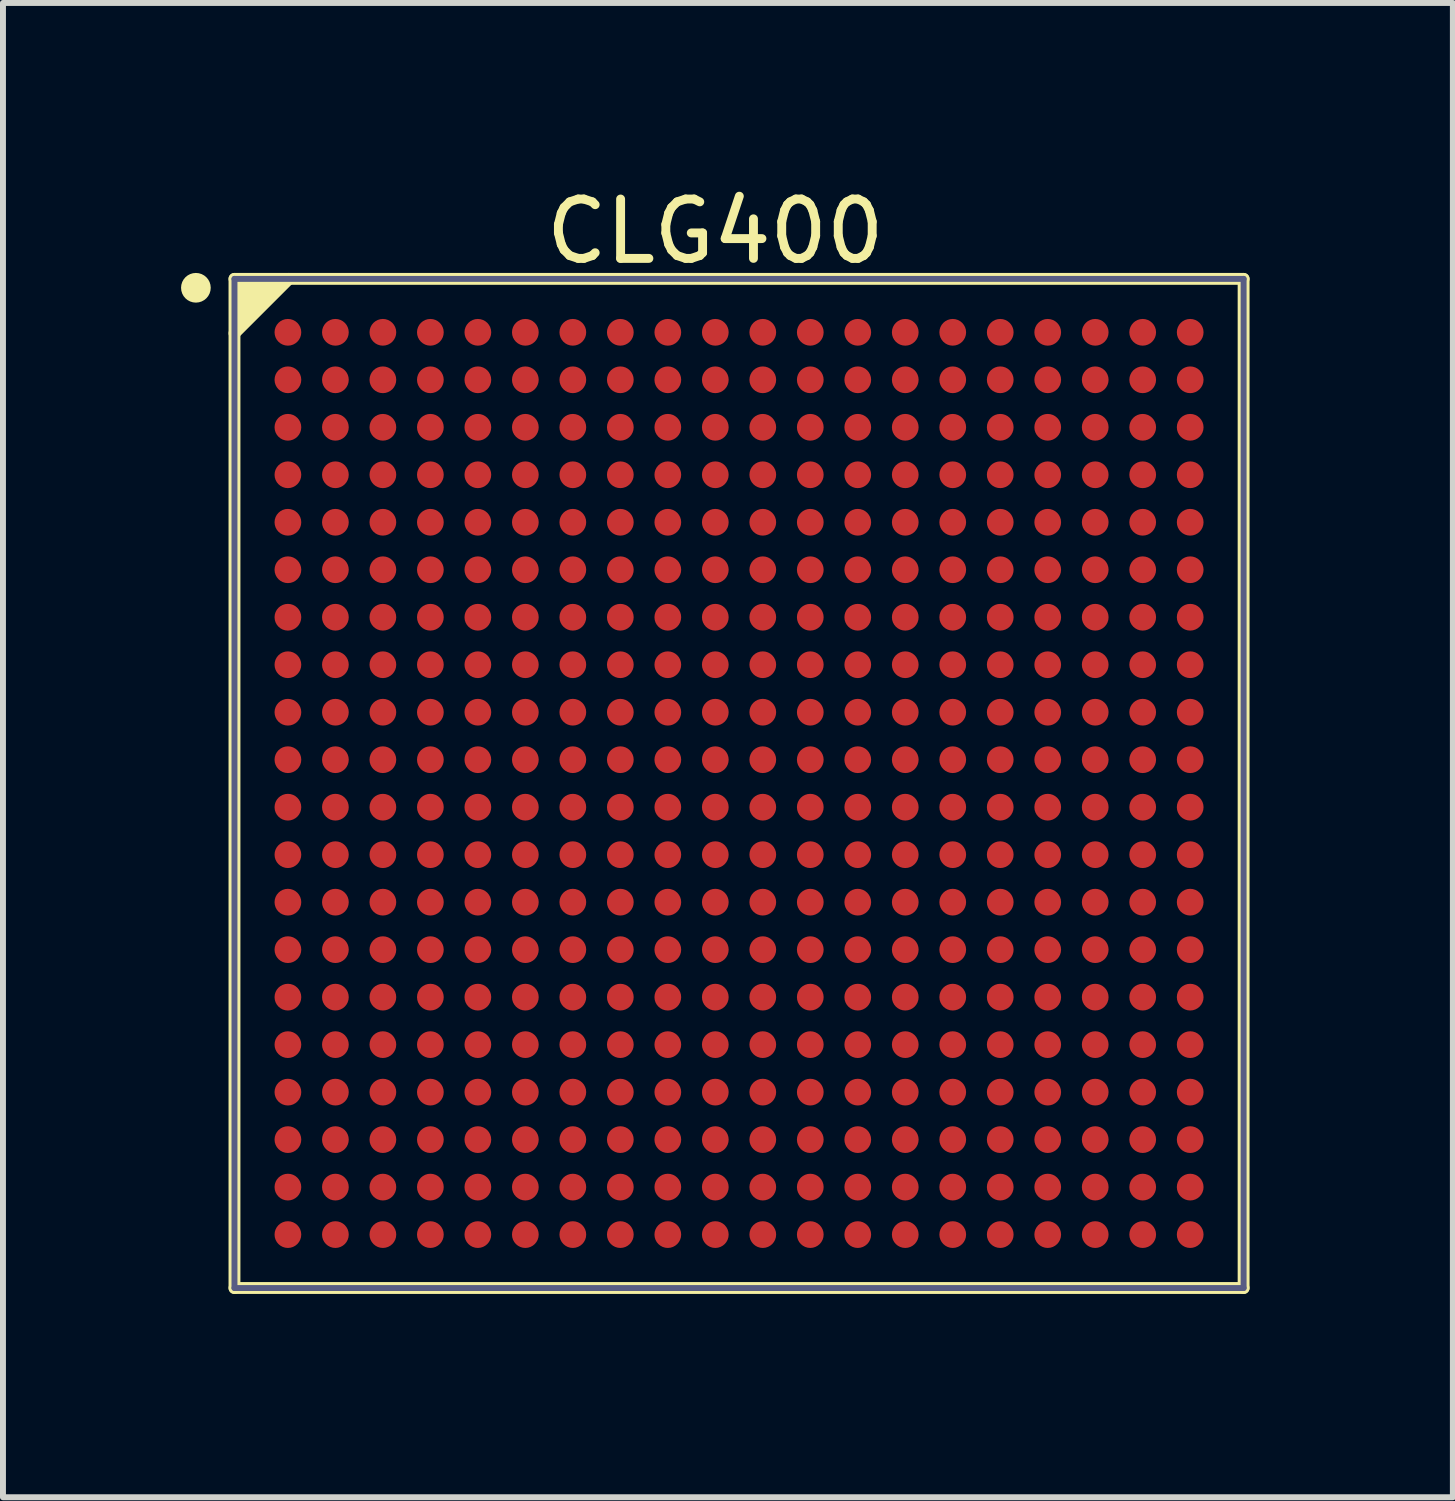
<source format=kicad_pcb>
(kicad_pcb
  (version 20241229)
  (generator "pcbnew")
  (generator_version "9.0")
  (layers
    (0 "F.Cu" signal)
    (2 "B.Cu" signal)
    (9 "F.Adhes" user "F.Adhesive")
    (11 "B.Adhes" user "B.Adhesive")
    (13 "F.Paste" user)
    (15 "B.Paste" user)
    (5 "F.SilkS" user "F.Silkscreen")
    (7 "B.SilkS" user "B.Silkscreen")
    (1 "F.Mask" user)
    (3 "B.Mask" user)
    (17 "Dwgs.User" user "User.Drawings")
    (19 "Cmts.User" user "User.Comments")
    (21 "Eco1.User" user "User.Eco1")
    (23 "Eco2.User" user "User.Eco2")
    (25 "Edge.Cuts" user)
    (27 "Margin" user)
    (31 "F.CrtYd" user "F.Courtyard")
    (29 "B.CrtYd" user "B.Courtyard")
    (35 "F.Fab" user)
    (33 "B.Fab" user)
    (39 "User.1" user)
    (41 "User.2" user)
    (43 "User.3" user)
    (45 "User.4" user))
  (footprint "CLG400"
    (layer "F.Cu")
    (at 9.4 10.148)
    (property "Reference" "CLG400" (at -0.4 -9.3 0) (layer "F.SilkS") (effects (font (size 1 1) (thickness 0.15))))
    (fp_line (start -8.5 -8.5) (end 8.5 -8.5) (stroke (width 0.2) (type solid)) (layer "F.SilkS"))
    (fp_line (start -8.5 -7.584) (end -7.584 -8.5) (stroke (width 0.2) (type solid)) (layer "F.SilkS"))
    (fp_line (start -8.5 8.5) (end -8.5 -8.5) (stroke (width 0.2) (type solid)) (layer "F.SilkS"))
    (fp_line (start -8.5 8.5) (end 8.5 8.5) (stroke (width 0.2) (type solid)) (layer "F.SilkS"))
    (fp_line (start 8.5 8.5) (end 8.5 -8.5) (stroke (width 0.2) (type solid)) (layer "F.SilkS"))
    (fp_circle (center -9.15 -8.35) (end -9.15 -8.475) (stroke (width 0.25) (type solid)) (fill no) (layer "F.SilkS"))
    (fp_poly (pts (xy -7.584 -8.5) (xy -8.5 -7.584) (xy -8.5 -8.5)) (stroke (width 0) (type default)) (fill yes) (layer "F.SilkS"))
    (fp_line (start -9 -9) (end 9 -9) (stroke (width 0.05) (type solid)) (layer "Eco2.User"))
    (fp_line (start -9 9) (end -9 -9) (stroke (width 0.05) (type solid)) (layer "Eco2.User"))
    (fp_line (start -9 9) (end 9 9) (stroke (width 0.05) (type solid)) (layer "Eco2.User"))
    (fp_line (start -0.5 0) (end 0.5 0) (stroke (width 0.1) (type solid)) (layer "Eco2.User"))
    (fp_line (start 0 0.5) (end 0 -0.5) (stroke (width 0.1) (type solid)) (layer "Eco2.User"))
    (fp_line (start 9 9) (end 9 -9) (stroke (width 0.05) (type solid)) (layer "Eco2.User"))
    (fp_line (start -8.5 -8.5) (end 8.5 -8.5) (stroke (width 0.1) (type solid)) (layer "B.Fab"))
    (fp_line (start -8.5 8.5) (end -8.5 -8.5) (stroke (width 0.1) (type solid)) (layer "B.Fab"))
    (fp_line (start -8.5 8.5) (end 8.5 8.5) (stroke (width 0.1) (type solid)) (layer "B.Fab"))
    (fp_line (start 8.5 8.5) (end 8.5 -8.5) (stroke (width 0.1) (type solid)) (layer "B.Fab"))
    (pad "A1" smd circle (at -7.6 -7.6) (size 0.45 0.45) (layers "F.Cu" "F.Mask" "F.Paste"))
    (pad "A2" smd circle (at -6.8 -7.6) (size 0.45 0.45) (layers "F.Cu" "F.Mask" "F.Paste"))
    (pad "A3" smd circle (at -6 -7.6) (size 0.45 0.45) (layers "F.Cu" "F.Mask" "F.Paste"))
    (pad "A4" smd circle (at -5.2 -7.6) (size 0.45 0.45) (layers "F.Cu" "F.Mask" "F.Paste"))
    (pad "A5" smd circle (at -4.4 -7.6) (size 0.45 0.45) (layers "F.Cu" "F.Mask" "F.Paste"))
    (pad "A6" smd circle (at -3.6 -7.6) (size 0.45 0.45) (layers "F.Cu" "F.Mask" "F.Paste"))
    (pad "A7" smd circle (at -2.8 -7.6) (size 0.45 0.45) (layers "F.Cu" "F.Mask" "F.Paste"))
    (pad "A8" smd circle (at -2 -7.6) (size 0.45 0.45) (layers "F.Cu" "F.Mask" "F.Paste"))
    (pad "A9" smd circle (at -1.2 -7.6) (size 0.45 0.45) (layers "F.Cu" "F.Mask" "F.Paste"))
    (pad "A10" smd circle (at -0.4 -7.6) (size 0.45 0.45) (layers "F.Cu" "F.Mask" "F.Paste"))
    (pad "A11" smd circle (at 0.4 -7.6) (size 0.45 0.45) (layers "F.Cu" "F.Mask" "F.Paste"))
    (pad "A12" smd circle (at 1.2 -7.6) (size 0.45 0.45) (layers "F.Cu" "F.Mask" "F.Paste"))
    (pad "A13" smd circle (at 2 -7.6) (size 0.45 0.45) (layers "F.Cu" "F.Mask" "F.Paste"))
    (pad "A14" smd circle (at 2.8 -7.6) (size 0.45 0.45) (layers "F.Cu" "F.Mask" "F.Paste"))
    (pad "A15" smd circle (at 3.6 -7.6) (size 0.45 0.45) (layers "F.Cu" "F.Mask" "F.Paste"))
    (pad "A16" smd circle (at 4.4 -7.6) (size 0.45 0.45) (layers "F.Cu" "F.Mask" "F.Paste"))
    (pad "A17" smd circle (at 5.2 -7.6) (size 0.45 0.45) (layers "F.Cu" "F.Mask" "F.Paste"))
    (pad "A18" smd circle (at 6 -7.6) (size 0.45 0.45) (layers "F.Cu" "F.Mask" "F.Paste"))
    (pad "A19" smd circle (at 6.8 -7.6) (size 0.45 0.45) (layers "F.Cu" "F.Mask" "F.Paste"))
    (pad "A20" smd circle (at 7.6 -7.6) (size 0.45 0.45) (layers "F.Cu" "F.Mask" "F.Paste"))
    (pad "B1" smd circle (at -7.6 -6.8) (size 0.45 0.45) (layers "F.Cu" "F.Mask" "F.Paste"))
    (pad "B2" smd circle (at -6.8 -6.8) (size 0.45 0.45) (layers "F.Cu" "F.Mask" "F.Paste"))
    (pad "B3" smd circle (at -6 -6.8) (size 0.45 0.45) (layers "F.Cu" "F.Mask" "F.Paste"))
    (pad "B4" smd circle (at -5.2 -6.8) (size 0.45 0.45) (layers "F.Cu" "F.Mask" "F.Paste"))
    (pad "B5" smd circle (at -4.4 -6.8) (size 0.45 0.45) (layers "F.Cu" "F.Mask" "F.Paste"))
    (pad "B6" smd circle (at -3.6 -6.8) (size 0.45 0.45) (layers "F.Cu" "F.Mask" "F.Paste"))
    (pad "B7" smd circle (at -2.8 -6.8) (size 0.45 0.45) (layers "F.Cu" "F.Mask" "F.Paste"))
    (pad "B8" smd circle (at -2 -6.8) (size 0.45 0.45) (layers "F.Cu" "F.Mask" "F.Paste"))
    (pad "B9" smd circle (at -1.2 -6.8) (size 0.45 0.45) (layers "F.Cu" "F.Mask" "F.Paste"))
    (pad "B10" smd circle (at -0.4 -6.8) (size 0.45 0.45) (layers "F.Cu" "F.Mask" "F.Paste"))
    (pad "B11" smd circle (at 0.4 -6.8) (size 0.45 0.45) (layers "F.Cu" "F.Mask" "F.Paste"))
    (pad "B12" smd circle (at 1.2 -6.8) (size 0.45 0.45) (layers "F.Cu" "F.Mask" "F.Paste"))
    (pad "B13" smd circle (at 2 -6.8) (size 0.45 0.45) (layers "F.Cu" "F.Mask" "F.Paste"))
    (pad "B14" smd circle (at 2.8 -6.8) (size 0.45 0.45) (layers "F.Cu" "F.Mask" "F.Paste"))
    (pad "B15" smd circle (at 3.6 -6.8) (size 0.45 0.45) (layers "F.Cu" "F.Mask" "F.Paste"))
    (pad "B16" smd circle (at 4.4 -6.8) (size 0.45 0.45) (layers "F.Cu" "F.Mask" "F.Paste"))
    (pad "B17" smd circle (at 5.2 -6.8) (size 0.45 0.45) (layers "F.Cu" "F.Mask" "F.Paste"))
    (pad "B18" smd circle (at 6 -6.8) (size 0.45 0.45) (layers "F.Cu" "F.Mask" "F.Paste"))
    (pad "B19" smd circle (at 6.8 -6.8) (size 0.45 0.45) (layers "F.Cu" "F.Mask" "F.Paste"))
    (pad "B20" smd circle (at 7.6 -6.8) (size 0.45 0.45) (layers "F.Cu" "F.Mask" "F.Paste"))
    (pad "C1" smd circle (at -7.6 -6) (size 0.45 0.45) (layers "F.Cu" "F.Mask" "F.Paste"))
    (pad "C2" smd circle (at -6.8 -6) (size 0.45 0.45) (layers "F.Cu" "F.Mask" "F.Paste"))
    (pad "C3" smd circle (at -6 -6) (size 0.45 0.45) (layers "F.Cu" "F.Mask" "F.Paste"))
    (pad "C4" smd circle (at -5.2 -6) (size 0.45 0.45) (layers "F.Cu" "F.Mask" "F.Paste"))
    (pad "C5" smd circle (at -4.4 -6) (size 0.45 0.45) (layers "F.Cu" "F.Mask" "F.Paste"))
    (pad "C6" smd circle (at -3.6 -6) (size 0.45 0.45) (layers "F.Cu" "F.Mask" "F.Paste"))
    (pad "C7" smd circle (at -2.8 -6) (size 0.45 0.45) (layers "F.Cu" "F.Mask" "F.Paste"))
    (pad "C8" smd circle (at -2 -6) (size 0.45 0.45) (layers "F.Cu" "F.Mask" "F.Paste"))
    (pad "C9" smd circle (at -1.2 -6) (size 0.45 0.45) (layers "F.Cu" "F.Mask" "F.Paste"))
    (pad "C10" smd circle (at -0.4 -6) (size 0.45 0.45) (layers "F.Cu" "F.Mask" "F.Paste"))
    (pad "C11" smd circle (at 0.4 -6) (size 0.45 0.45) (layers "F.Cu" "F.Mask" "F.Paste"))
    (pad "C12" smd circle (at 1.2 -6) (size 0.45 0.45) (layers "F.Cu" "F.Mask" "F.Paste"))
    (pad "C13" smd circle (at 2 -6) (size 0.45 0.45) (layers "F.Cu" "F.Mask" "F.Paste"))
    (pad "C14" smd circle (at 2.8 -6) (size 0.45 0.45) (layers "F.Cu" "F.Mask" "F.Paste"))
    (pad "C15" smd circle (at 3.6 -6) (size 0.45 0.45) (layers "F.Cu" "F.Mask" "F.Paste"))
    (pad "C16" smd circle (at 4.4 -6) (size 0.45 0.45) (layers "F.Cu" "F.Mask" "F.Paste"))
    (pad "C17" smd circle (at 5.2 -6) (size 0.45 0.45) (layers "F.Cu" "F.Mask" "F.Paste"))
    (pad "C18" smd circle (at 6 -6) (size 0.45 0.45) (layers "F.Cu" "F.Mask" "F.Paste"))
    (pad "C19" smd circle (at 6.8 -6) (size 0.45 0.45) (layers "F.Cu" "F.Mask" "F.Paste"))
    (pad "C20" smd circle (at 7.6 -6) (size 0.45 0.45) (layers "F.Cu" "F.Mask" "F.Paste"))
    (pad "D1" smd circle (at -7.6 -5.2) (size 0.45 0.45) (layers "F.Cu" "F.Mask" "F.Paste"))
    (pad "D2" smd circle (at -6.8 -5.2) (size 0.45 0.45) (layers "F.Cu" "F.Mask" "F.Paste"))
    (pad "D3" smd circle (at -6 -5.2) (size 0.45 0.45) (layers "F.Cu" "F.Mask" "F.Paste"))
    (pad "D4" smd circle (at -5.2 -5.2) (size 0.45 0.45) (layers "F.Cu" "F.Mask" "F.Paste"))
    (pad "D5" smd circle (at -4.4 -5.2) (size 0.45 0.45) (layers "F.Cu" "F.Mask" "F.Paste"))
    (pad "D6" smd circle (at -3.6 -5.2) (size 0.45 0.45) (layers "F.Cu" "F.Mask" "F.Paste"))
    (pad "D7" smd circle (at -2.8 -5.2) (size 0.45 0.45) (layers "F.Cu" "F.Mask" "F.Paste"))
    (pad "D8" smd circle (at -2 -5.2) (size 0.45 0.45) (layers "F.Cu" "F.Mask" "F.Paste"))
    (pad "D9" smd circle (at -1.2 -5.2) (size 0.45 0.45) (layers "F.Cu" "F.Mask" "F.Paste"))
    (pad "D10" smd circle (at -0.4 -5.2) (size 0.45 0.45) (layers "F.Cu" "F.Mask" "F.Paste"))
    (pad "D11" smd circle (at 0.4 -5.2) (size 0.45 0.45) (layers "F.Cu" "F.Mask" "F.Paste"))
    (pad "D12" smd circle (at 1.2 -5.2) (size 0.45 0.45) (layers "F.Cu" "F.Mask" "F.Paste"))
    (pad "D13" smd circle (at 2 -5.2) (size 0.45 0.45) (layers "F.Cu" "F.Mask" "F.Paste"))
    (pad "D14" smd circle (at 2.8 -5.2) (size 0.45 0.45) (layers "F.Cu" "F.Mask" "F.Paste"))
    (pad "D15" smd circle (at 3.6 -5.2) (size 0.45 0.45) (layers "F.Cu" "F.Mask" "F.Paste"))
    (pad "D16" smd circle (at 4.4 -5.2) (size 0.45 0.45) (layers "F.Cu" "F.Mask" "F.Paste"))
    (pad "D17" smd circle (at 5.2 -5.2) (size 0.45 0.45) (layers "F.Cu" "F.Mask" "F.Paste"))
    (pad "D18" smd circle (at 6 -5.2) (size 0.45 0.45) (layers "F.Cu" "F.Mask" "F.Paste"))
    (pad "D19" smd circle (at 6.8 -5.2) (size 0.45 0.45) (layers "F.Cu" "F.Mask" "F.Paste"))
    (pad "D20" smd circle (at 7.6 -5.2) (size 0.45 0.45) (layers "F.Cu" "F.Mask" "F.Paste"))
    (pad "E1" smd circle (at -7.6 -4.4) (size 0.45 0.45) (layers "F.Cu" "F.Mask" "F.Paste"))
    (pad "E2" smd circle (at -6.8 -4.4) (size 0.45 0.45) (layers "F.Cu" "F.Mask" "F.Paste"))
    (pad "E3" smd circle (at -6 -4.4) (size 0.45 0.45) (layers "F.Cu" "F.Mask" "F.Paste"))
    (pad "E4" smd circle (at -5.2 -4.4) (size 0.45 0.45) (layers "F.Cu" "F.Mask" "F.Paste"))
    (pad "E5" smd circle (at -4.4 -4.4) (size 0.45 0.45) (layers "F.Cu" "F.Mask" "F.Paste"))
    (pad "E6" smd circle (at -3.6 -4.4) (size 0.45 0.45) (layers "F.Cu" "F.Mask" "F.Paste"))
    (pad "E7" smd circle (at -2.8 -4.4) (size 0.45 0.45) (layers "F.Cu" "F.Mask" "F.Paste"))
    (pad "E8" smd circle (at -2 -4.4) (size 0.45 0.45) (layers "F.Cu" "F.Mask" "F.Paste"))
    (pad "E9" smd circle (at -1.2 -4.4) (size 0.45 0.45) (layers "F.Cu" "F.Mask" "F.Paste"))
    (pad "E10" smd circle (at -0.4 -4.4) (size 0.45 0.45) (layers "F.Cu" "F.Mask" "F.Paste"))
    (pad "E11" smd circle (at 0.4 -4.4) (size 0.45 0.45) (layers "F.Cu" "F.Mask" "F.Paste"))
    (pad "E12" smd circle (at 1.2 -4.4) (size 0.45 0.45) (layers "F.Cu" "F.Mask" "F.Paste"))
    (pad "E13" smd circle (at 2 -4.4) (size 0.45 0.45) (layers "F.Cu" "F.Mask" "F.Paste"))
    (pad "E14" smd circle (at 2.8 -4.4) (size 0.45 0.45) (layers "F.Cu" "F.Mask" "F.Paste"))
    (pad "E15" smd circle (at 3.6 -4.4) (size 0.45 0.45) (layers "F.Cu" "F.Mask" "F.Paste"))
    (pad "E16" smd circle (at 4.4 -4.4) (size 0.45 0.45) (layers "F.Cu" "F.Mask" "F.Paste"))
    (pad "E17" smd circle (at 5.2 -4.4) (size 0.45 0.45) (layers "F.Cu" "F.Mask" "F.Paste"))
    (pad "E18" smd circle (at 6 -4.4) (size 0.45 0.45) (layers "F.Cu" "F.Mask" "F.Paste"))
    (pad "E19" smd circle (at 6.8 -4.4) (size 0.45 0.45) (layers "F.Cu" "F.Mask" "F.Paste"))
    (pad "E20" smd circle (at 7.6 -4.4) (size 0.45 0.45) (layers "F.Cu" "F.Mask" "F.Paste"))
    (pad "F1" smd circle (at -7.6 -3.6) (size 0.45 0.45) (layers "F.Cu" "F.Mask" "F.Paste"))
    (pad "F2" smd circle (at -6.8 -3.6) (size 0.45 0.45) (layers "F.Cu" "F.Mask" "F.Paste"))
    (pad "F3" smd circle (at -6 -3.6) (size 0.45 0.45) (layers "F.Cu" "F.Mask" "F.Paste"))
    (pad "F4" smd circle (at -5.2 -3.6) (size 0.45 0.45) (layers "F.Cu" "F.Mask" "F.Paste"))
    (pad "F5" smd circle (at -4.4 -3.6) (size 0.45 0.45) (layers "F.Cu" "F.Mask" "F.Paste"))
    (pad "F6" smd circle (at -3.6 -3.6) (size 0.45 0.45) (layers "F.Cu" "F.Mask" "F.Paste"))
    (pad "F7" smd circle (at -2.8 -3.6) (size 0.45 0.45) (layers "F.Cu" "F.Mask" "F.Paste"))
    (pad "F8" smd circle (at -2 -3.6) (size 0.45 0.45) (layers "F.Cu" "F.Mask" "F.Paste"))
    (pad "F9" smd circle (at -1.2 -3.6) (size 0.45 0.45) (layers "F.Cu" "F.Mask" "F.Paste"))
    (pad "F10" smd circle (at -0.4 -3.6) (size 0.45 0.45) (layers "F.Cu" "F.Mask" "F.Paste"))
    (pad "F11" smd circle (at 0.4 -3.6) (size 0.45 0.45) (layers "F.Cu" "F.Mask" "F.Paste"))
    (pad "F12" smd circle (at 1.2 -3.6) (size 0.45 0.45) (layers "F.Cu" "F.Mask" "F.Paste"))
    (pad "F13" smd circle (at 2 -3.6) (size 0.45 0.45) (layers "F.Cu" "F.Mask" "F.Paste"))
    (pad "F14" smd circle (at 2.8 -3.6) (size 0.45 0.45) (layers "F.Cu" "F.Mask" "F.Paste"))
    (pad "F15" smd circle (at 3.6 -3.6) (size 0.45 0.45) (layers "F.Cu" "F.Mask" "F.Paste"))
    (pad "F16" smd circle (at 4.4 -3.6) (size 0.45 0.45) (layers "F.Cu" "F.Mask" "F.Paste"))
    (pad "F17" smd circle (at 5.2 -3.6) (size 0.45 0.45) (layers "F.Cu" "F.Mask" "F.Paste"))
    (pad "F18" smd circle (at 6 -3.6) (size 0.45 0.45) (layers "F.Cu" "F.Mask" "F.Paste"))
    (pad "F19" smd circle (at 6.8 -3.6) (size 0.45 0.45) (layers "F.Cu" "F.Mask" "F.Paste"))
    (pad "F20" smd circle (at 7.6 -3.6) (size 0.45 0.45) (layers "F.Cu" "F.Mask" "F.Paste"))
    (pad "G1" smd circle (at -7.6 -2.8) (size 0.45 0.45) (layers "F.Cu" "F.Mask" "F.Paste"))
    (pad "G2" smd circle (at -6.8 -2.8) (size 0.45 0.45) (layers "F.Cu" "F.Mask" "F.Paste"))
    (pad "G3" smd circle (at -6 -2.8) (size 0.45 0.45) (layers "F.Cu" "F.Mask" "F.Paste"))
    (pad "G4" smd circle (at -5.2 -2.8) (size 0.45 0.45) (layers "F.Cu" "F.Mask" "F.Paste"))
    (pad "G5" smd circle (at -4.4 -2.8) (size 0.45 0.45) (layers "F.Cu" "F.Mask" "F.Paste"))
    (pad "G6" smd circle (at -3.6 -2.8) (size 0.45 0.45) (layers "F.Cu" "F.Mask" "F.Paste"))
    (pad "G7" smd circle (at -2.8 -2.8) (size 0.45 0.45) (layers "F.Cu" "F.Mask" "F.Paste"))
    (pad "G8" smd circle (at -2 -2.8) (size 0.45 0.45) (layers "F.Cu" "F.Mask" "F.Paste"))
    (pad "G9" smd circle (at -1.2 -2.8) (size 0.45 0.45) (layers "F.Cu" "F.Mask" "F.Paste"))
    (pad "G10" smd circle (at -0.4 -2.8) (size 0.45 0.45) (layers "F.Cu" "F.Mask" "F.Paste"))
    (pad "G11" smd circle (at 0.4 -2.8) (size 0.45 0.45) (layers "F.Cu" "F.Mask" "F.Paste"))
    (pad "G12" smd circle (at 1.2 -2.8) (size 0.45 0.45) (layers "F.Cu" "F.Mask" "F.Paste"))
    (pad "G13" smd circle (at 2 -2.8) (size 0.45 0.45) (layers "F.Cu" "F.Mask" "F.Paste"))
    (pad "G14" smd circle (at 2.8 -2.8) (size 0.45 0.45) (layers "F.Cu" "F.Mask" "F.Paste"))
    (pad "G15" smd circle (at 3.6 -2.8) (size 0.45 0.45) (layers "F.Cu" "F.Mask" "F.Paste"))
    (pad "G16" smd circle (at 4.4 -2.8) (size 0.45 0.45) (layers "F.Cu" "F.Mask" "F.Paste"))
    (pad "G17" smd circle (at 5.2 -2.8) (size 0.45 0.45) (layers "F.Cu" "F.Mask" "F.Paste"))
    (pad "G18" smd circle (at 6 -2.8) (size 0.45 0.45) (layers "F.Cu" "F.Mask" "F.Paste"))
    (pad "G19" smd circle (at 6.8 -2.8) (size 0.45 0.45) (layers "F.Cu" "F.Mask" "F.Paste"))
    (pad "G20" smd circle (at 7.6 -2.8) (size 0.45 0.45) (layers "F.Cu" "F.Mask" "F.Paste"))
    (pad "H1" smd circle (at -7.6 -2) (size 0.45 0.45) (layers "F.Cu" "F.Mask" "F.Paste"))
    (pad "H2" smd circle (at -6.8 -2) (size 0.45 0.45) (layers "F.Cu" "F.Mask" "F.Paste"))
    (pad "H3" smd circle (at -6 -2) (size 0.45 0.45) (layers "F.Cu" "F.Mask" "F.Paste"))
    (pad "H4" smd circle (at -5.2 -2) (size 0.45 0.45) (layers "F.Cu" "F.Mask" "F.Paste"))
    (pad "H5" smd circle (at -4.4 -2) (size 0.45 0.45) (layers "F.Cu" "F.Mask" "F.Paste"))
    (pad "H6" smd circle (at -3.6 -2) (size 0.45 0.45) (layers "F.Cu" "F.Mask" "F.Paste"))
    (pad "H7" smd circle (at -2.8 -2) (size 0.45 0.45) (layers "F.Cu" "F.Mask" "F.Paste"))
    (pad "H8" smd circle (at -2 -2) (size 0.45 0.45) (layers "F.Cu" "F.Mask" "F.Paste"))
    (pad "H9" smd circle (at -1.2 -2) (size 0.45 0.45) (layers "F.Cu" "F.Mask" "F.Paste"))
    (pad "H10" smd circle (at -0.4 -2) (size 0.45 0.45) (layers "F.Cu" "F.Mask" "F.Paste"))
    (pad "H11" smd circle (at 0.4 -2) (size 0.45 0.45) (layers "F.Cu" "F.Mask" "F.Paste"))
    (pad "H12" smd circle (at 1.2 -2) (size 0.45 0.45) (layers "F.Cu" "F.Mask" "F.Paste"))
    (pad "H13" smd circle (at 2 -2) (size 0.45 0.45) (layers "F.Cu" "F.Mask" "F.Paste"))
    (pad "H14" smd circle (at 2.8 -2) (size 0.45 0.45) (layers "F.Cu" "F.Mask" "F.Paste"))
    (pad "H15" smd circle (at 3.6 -2) (size 0.45 0.45) (layers "F.Cu" "F.Mask" "F.Paste"))
    (pad "H16" smd circle (at 4.4 -2) (size 0.45 0.45) (layers "F.Cu" "F.Mask" "F.Paste"))
    (pad "H17" smd circle (at 5.2 -2) (size 0.45 0.45) (layers "F.Cu" "F.Mask" "F.Paste"))
    (pad "H18" smd circle (at 6 -2) (size 0.45 0.45) (layers "F.Cu" "F.Mask" "F.Paste"))
    (pad "H19" smd circle (at 6.8 -2) (size 0.45 0.45) (layers "F.Cu" "F.Mask" "F.Paste"))
    (pad "H20" smd circle (at 7.6 -2) (size 0.45 0.45) (layers "F.Cu" "F.Mask" "F.Paste"))
    (pad "J1" smd circle (at -7.6 -1.2) (size 0.45 0.45) (layers "F.Cu" "F.Mask" "F.Paste"))
    (pad "J2" smd circle (at -6.8 -1.2) (size 0.45 0.45) (layers "F.Cu" "F.Mask" "F.Paste"))
    (pad "J3" smd circle (at -6 -1.2) (size 0.45 0.45) (layers "F.Cu" "F.Mask" "F.Paste"))
    (pad "J4" smd circle (at -5.2 -1.2) (size 0.45 0.45) (layers "F.Cu" "F.Mask" "F.Paste"))
    (pad "J5" smd circle (at -4.4 -1.2) (size 0.45 0.45) (layers "F.Cu" "F.Mask" "F.Paste"))
    (pad "J6" smd circle (at -3.6 -1.2) (size 0.45 0.45) (layers "F.Cu" "F.Mask" "F.Paste"))
    (pad "J7" smd circle (at -2.8 -1.2) (size 0.45 0.45) (layers "F.Cu" "F.Mask" "F.Paste"))
    (pad "J8" smd circle (at -2 -1.2) (size 0.45 0.45) (layers "F.Cu" "F.Mask" "F.Paste"))
    (pad "J9" smd circle (at -1.2 -1.2) (size 0.45 0.45) (layers "F.Cu" "F.Mask" "F.Paste"))
    (pad "J10" smd circle (at -0.4 -1.2) (size 0.45 0.45) (layers "F.Cu" "F.Mask" "F.Paste"))
    (pad "J11" smd circle (at 0.4 -1.2) (size 0.45 0.45) (layers "F.Cu" "F.Mask" "F.Paste"))
    (pad "J12" smd circle (at 1.2 -1.2) (size 0.45 0.45) (layers "F.Cu" "F.Mask" "F.Paste"))
    (pad "J13" smd circle (at 2 -1.2) (size 0.45 0.45) (layers "F.Cu" "F.Mask" "F.Paste"))
    (pad "J14" smd circle (at 2.8 -1.2) (size 0.45 0.45) (layers "F.Cu" "F.Mask" "F.Paste"))
    (pad "J15" smd circle (at 3.6 -1.2) (size 0.45 0.45) (layers "F.Cu" "F.Mask" "F.Paste"))
    (pad "J16" smd circle (at 4.4 -1.2) (size 0.45 0.45) (layers "F.Cu" "F.Mask" "F.Paste"))
    (pad "J17" smd circle (at 5.2 -1.2) (size 0.45 0.45) (layers "F.Cu" "F.Mask" "F.Paste"))
    (pad "J18" smd circle (at 6 -1.2) (size 0.45 0.45) (layers "F.Cu" "F.Mask" "F.Paste"))
    (pad "J19" smd circle (at 6.8 -1.2) (size 0.45 0.45) (layers "F.Cu" "F.Mask" "F.Paste"))
    (pad "J20" smd circle (at 7.6 -1.2) (size 0.45 0.45) (layers "F.Cu" "F.Mask" "F.Paste"))
    (pad "K1" smd circle (at -7.6 -0.4) (size 0.45 0.45) (layers "F.Cu" "F.Mask" "F.Paste"))
    (pad "K2" smd circle (at -6.8 -0.4) (size 0.45 0.45) (layers "F.Cu" "F.Mask" "F.Paste"))
    (pad "K3" smd circle (at -6 -0.4) (size 0.45 0.45) (layers "F.Cu" "F.Mask" "F.Paste"))
    (pad "K4" smd circle (at -5.2 -0.4) (size 0.45 0.45) (layers "F.Cu" "F.Mask" "F.Paste"))
    (pad "K5" smd circle (at -4.4 -0.4) (size 0.45 0.45) (layers "F.Cu" "F.Mask" "F.Paste"))
    (pad "K6" smd circle (at -3.6 -0.4) (size 0.45 0.45) (layers "F.Cu" "F.Mask" "F.Paste"))
    (pad "K7" smd circle (at -2.8 -0.4) (size 0.45 0.45) (layers "F.Cu" "F.Mask" "F.Paste"))
    (pad "K8" smd circle (at -2 -0.4) (size 0.45 0.45) (layers "F.Cu" "F.Mask" "F.Paste"))
    (pad "K9" smd circle (at -1.2 -0.4) (size 0.45 0.45) (layers "F.Cu" "F.Mask" "F.Paste"))
    (pad "K10" smd circle (at -0.4 -0.4) (size 0.45 0.45) (layers "F.Cu" "F.Mask" "F.Paste"))
    (pad "K11" smd circle (at 0.4 -0.4) (size 0.45 0.45) (layers "F.Cu" "F.Mask" "F.Paste"))
    (pad "K12" smd circle (at 1.2 -0.4) (size 0.45 0.45) (layers "F.Cu" "F.Mask" "F.Paste"))
    (pad "K13" smd circle (at 2 -0.4) (size 0.45 0.45) (layers "F.Cu" "F.Mask" "F.Paste"))
    (pad "K14" smd circle (at 2.8 -0.4) (size 0.45 0.45) (layers "F.Cu" "F.Mask" "F.Paste"))
    (pad "K15" smd circle (at 3.6 -0.4) (size 0.45 0.45) (layers "F.Cu" "F.Mask" "F.Paste"))
    (pad "K16" smd circle (at 4.4 -0.4) (size 0.45 0.45) (layers "F.Cu" "F.Mask" "F.Paste"))
    (pad "K17" smd circle (at 5.2 -0.4) (size 0.45 0.45) (layers "F.Cu" "F.Mask" "F.Paste"))
    (pad "K18" smd circle (at 6 -0.4) (size 0.45 0.45) (layers "F.Cu" "F.Mask" "F.Paste"))
    (pad "K19" smd circle (at 6.8 -0.4) (size 0.45 0.45) (layers "F.Cu" "F.Mask" "F.Paste"))
    (pad "K20" smd circle (at 7.6 -0.4) (size 0.45 0.45) (layers "F.Cu" "F.Mask" "F.Paste"))
    (pad "L1" smd circle (at -7.6 0.4) (size 0.45 0.45) (layers "F.Cu" "F.Mask" "F.Paste"))
    (pad "L2" smd circle (at -6.8 0.4) (size 0.45 0.45) (layers "F.Cu" "F.Mask" "F.Paste"))
    (pad "L3" smd circle (at -6 0.4) (size 0.45 0.45) (layers "F.Cu" "F.Mask" "F.Paste"))
    (pad "L4" smd circle (at -5.2 0.4) (size 0.45 0.45) (layers "F.Cu" "F.Mask" "F.Paste"))
    (pad "L5" smd circle (at -4.4 0.4) (size 0.45 0.45) (layers "F.Cu" "F.Mask" "F.Paste"))
    (pad "L6" smd circle (at -3.6 0.4) (size 0.45 0.45) (layers "F.Cu" "F.Mask" "F.Paste"))
    (pad "L7" smd circle (at -2.8 0.4) (size 0.45 0.45) (layers "F.Cu" "F.Mask" "F.Paste"))
    (pad "L8" smd circle (at -2 0.4) (size 0.45 0.45) (layers "F.Cu" "F.Mask" "F.Paste"))
    (pad "L9" smd circle (at -1.2 0.4) (size 0.45 0.45) (layers "F.Cu" "F.Mask" "F.Paste"))
    (pad "L10" smd circle (at -0.4 0.4) (size 0.45 0.45) (layers "F.Cu" "F.Mask" "F.Paste"))
    (pad "L11" smd circle (at 0.4 0.4) (size 0.45 0.45) (layers "F.Cu" "F.Mask" "F.Paste"))
    (pad "L12" smd circle (at 1.2 0.4) (size 0.45 0.45) (layers "F.Cu" "F.Mask" "F.Paste"))
    (pad "L13" smd circle (at 2 0.4) (size 0.45 0.45) (layers "F.Cu" "F.Mask" "F.Paste"))
    (pad "L14" smd circle (at 2.8 0.4) (size 0.45 0.45) (layers "F.Cu" "F.Mask" "F.Paste"))
    (pad "L15" smd circle (at 3.6 0.4) (size 0.45 0.45) (layers "F.Cu" "F.Mask" "F.Paste"))
    (pad "L16" smd circle (at 4.4 0.4) (size 0.45 0.45) (layers "F.Cu" "F.Mask" "F.Paste"))
    (pad "L17" smd circle (at 5.2 0.4) (size 0.45 0.45) (layers "F.Cu" "F.Mask" "F.Paste"))
    (pad "L18" smd circle (at 6 0.4) (size 0.45 0.45) (layers "F.Cu" "F.Mask" "F.Paste"))
    (pad "L19" smd circle (at 6.8 0.4) (size 0.45 0.45) (layers "F.Cu" "F.Mask" "F.Paste"))
    (pad "L20" smd circle (at 7.6 0.4) (size 0.45 0.45) (layers "F.Cu" "F.Mask" "F.Paste"))
    (pad "M1" smd circle (at -7.6 1.2) (size 0.45 0.45) (layers "F.Cu" "F.Mask" "F.Paste"))
    (pad "M2" smd circle (at -6.8 1.2) (size 0.45 0.45) (layers "F.Cu" "F.Mask" "F.Paste"))
    (pad "M3" smd circle (at -6 1.2) (size 0.45 0.45) (layers "F.Cu" "F.Mask" "F.Paste"))
    (pad "M4" smd circle (at -5.2 1.2) (size 0.45 0.45) (layers "F.Cu" "F.Mask" "F.Paste"))
    (pad "M5" smd circle (at -4.4 1.2) (size 0.45 0.45) (layers "F.Cu" "F.Mask" "F.Paste"))
    (pad "M6" smd circle (at -3.6 1.2) (size 0.45 0.45) (layers "F.Cu" "F.Mask" "F.Paste"))
    (pad "M7" smd circle (at -2.8 1.2) (size 0.45 0.45) (layers "F.Cu" "F.Mask" "F.Paste"))
    (pad "M8" smd circle (at -2 1.2) (size 0.45 0.45) (layers "F.Cu" "F.Mask" "F.Paste"))
    (pad "M9" smd circle (at -1.2 1.2) (size 0.45 0.45) (layers "F.Cu" "F.Mask" "F.Paste"))
    (pad "M10" smd circle (at -0.4 1.2) (size 0.45 0.45) (layers "F.Cu" "F.Mask" "F.Paste"))
    (pad "M11" smd circle (at 0.4 1.2) (size 0.45 0.45) (layers "F.Cu" "F.Mask" "F.Paste"))
    (pad "M12" smd circle (at 1.2 1.2) (size 0.45 0.45) (layers "F.Cu" "F.Mask" "F.Paste"))
    (pad "M13" smd circle (at 2 1.2) (size 0.45 0.45) (layers "F.Cu" "F.Mask" "F.Paste"))
    (pad "M14" smd circle (at 2.8 1.2) (size 0.45 0.45) (layers "F.Cu" "F.Mask" "F.Paste"))
    (pad "M15" smd circle (at 3.6 1.2) (size 0.45 0.45) (layers "F.Cu" "F.Mask" "F.Paste"))
    (pad "M16" smd circle (at 4.4 1.2) (size 0.45 0.45) (layers "F.Cu" "F.Mask" "F.Paste"))
    (pad "M17" smd circle (at 5.2 1.2) (size 0.45 0.45) (layers "F.Cu" "F.Mask" "F.Paste"))
    (pad "M18" smd circle (at 6 1.2) (size 0.45 0.45) (layers "F.Cu" "F.Mask" "F.Paste"))
    (pad "M19" smd circle (at 6.8 1.2) (size 0.45 0.45) (layers "F.Cu" "F.Mask" "F.Paste"))
    (pad "M20" smd circle (at 7.6 1.2) (size 0.45 0.45) (layers "F.Cu" "F.Mask" "F.Paste"))
    (pad "N1" smd circle (at -7.6 2) (size 0.45 0.45) (layers "F.Cu" "F.Mask" "F.Paste"))
    (pad "N2" smd circle (at -6.8 2) (size 0.45 0.45) (layers "F.Cu" "F.Mask" "F.Paste"))
    (pad "N3" smd circle (at -6 2) (size 0.45 0.45) (layers "F.Cu" "F.Mask" "F.Paste"))
    (pad "N4" smd circle (at -5.2 2) (size 0.45 0.45) (layers "F.Cu" "F.Mask" "F.Paste"))
    (pad "N5" smd circle (at -4.4 2) (size 0.45 0.45) (layers "F.Cu" "F.Mask" "F.Paste"))
    (pad "N6" smd circle (at -3.6 2) (size 0.45 0.45) (layers "F.Cu" "F.Mask" "F.Paste"))
    (pad "N7" smd circle (at -2.8 2) (size 0.45 0.45) (layers "F.Cu" "F.Mask" "F.Paste"))
    (pad "N8" smd circle (at -2 2) (size 0.45 0.45) (layers "F.Cu" "F.Mask" "F.Paste"))
    (pad "N9" smd circle (at -1.2 2) (size 0.45 0.45) (layers "F.Cu" "F.Mask" "F.Paste"))
    (pad "N10" smd circle (at -0.4 2) (size 0.45 0.45) (layers "F.Cu" "F.Mask" "F.Paste"))
    (pad "N11" smd circle (at 0.4 2) (size 0.45 0.45) (layers "F.Cu" "F.Mask" "F.Paste"))
    (pad "N12" smd circle (at 1.2 2) (size 0.45 0.45) (layers "F.Cu" "F.Mask" "F.Paste"))
    (pad "N13" smd circle (at 2 2) (size 0.45 0.45) (layers "F.Cu" "F.Mask" "F.Paste"))
    (pad "N14" smd circle (at 2.8 2) (size 0.45 0.45) (layers "F.Cu" "F.Mask" "F.Paste"))
    (pad "N15" smd circle (at 3.6 2) (size 0.45 0.45) (layers "F.Cu" "F.Mask" "F.Paste"))
    (pad "N16" smd circle (at 4.4 2) (size 0.45 0.45) (layers "F.Cu" "F.Mask" "F.Paste"))
    (pad "N17" smd circle (at 5.2 2) (size 0.45 0.45) (layers "F.Cu" "F.Mask" "F.Paste"))
    (pad "N18" smd circle (at 6 2) (size 0.45 0.45) (layers "F.Cu" "F.Mask" "F.Paste"))
    (pad "N19" smd circle (at 6.8 2) (size 0.45 0.45) (layers "F.Cu" "F.Mask" "F.Paste"))
    (pad "N20" smd circle (at 7.6 2) (size 0.45 0.45) (layers "F.Cu" "F.Mask" "F.Paste"))
    (pad "P1" smd circle (at -7.6 2.8) (size 0.45 0.45) (layers "F.Cu" "F.Mask" "F.Paste"))
    (pad "P2" smd circle (at -6.8 2.8) (size 0.45 0.45) (layers "F.Cu" "F.Mask" "F.Paste"))
    (pad "P3" smd circle (at -6 2.8) (size 0.45 0.45) (layers "F.Cu" "F.Mask" "F.Paste"))
    (pad "P4" smd circle (at -5.2 2.8) (size 0.45 0.45) (layers "F.Cu" "F.Mask" "F.Paste"))
    (pad "P5" smd circle (at -4.4 2.8) (size 0.45 0.45) (layers "F.Cu" "F.Mask" "F.Paste"))
    (pad "P6" smd circle (at -3.6 2.8) (size 0.45 0.45) (layers "F.Cu" "F.Mask" "F.Paste"))
    (pad "P7" smd circle (at -2.8 2.8) (size 0.45 0.45) (layers "F.Cu" "F.Mask" "F.Paste"))
    (pad "P8" smd circle (at -2 2.8) (size 0.45 0.45) (layers "F.Cu" "F.Mask" "F.Paste"))
    (pad "P9" smd circle (at -1.2 2.8) (size 0.45 0.45) (layers "F.Cu" "F.Mask" "F.Paste"))
    (pad "P10" smd circle (at -0.4 2.8) (size 0.45 0.45) (layers "F.Cu" "F.Mask" "F.Paste"))
    (pad "P11" smd circle (at 0.4 2.8) (size 0.45 0.45) (layers "F.Cu" "F.Mask" "F.Paste"))
    (pad "P12" smd circle (at 1.2 2.8) (size 0.45 0.45) (layers "F.Cu" "F.Mask" "F.Paste"))
    (pad "P13" smd circle (at 2 2.8) (size 0.45 0.45) (layers "F.Cu" "F.Mask" "F.Paste"))
    (pad "P14" smd circle (at 2.8 2.8) (size 0.45 0.45) (layers "F.Cu" "F.Mask" "F.Paste"))
    (pad "P15" smd circle (at 3.6 2.8) (size 0.45 0.45) (layers "F.Cu" "F.Mask" "F.Paste"))
    (pad "P16" smd circle (at 4.4 2.8) (size 0.45 0.45) (layers "F.Cu" "F.Mask" "F.Paste"))
    (pad "P17" smd circle (at 5.2 2.8) (size 0.45 0.45) (layers "F.Cu" "F.Mask" "F.Paste"))
    (pad "P18" smd circle (at 6 2.8) (size 0.45 0.45) (layers "F.Cu" "F.Mask" "F.Paste"))
    (pad "P19" smd circle (at 6.8 2.8) (size 0.45 0.45) (layers "F.Cu" "F.Mask" "F.Paste"))
    (pad "P20" smd circle (at 7.6 2.8) (size 0.45 0.45) (layers "F.Cu" "F.Mask" "F.Paste"))
    (pad "R1" smd circle (at -7.6 3.6) (size 0.45 0.45) (layers "F.Cu" "F.Mask" "F.Paste"))
    (pad "R2" smd circle (at -6.8 3.6) (size 0.45 0.45) (layers "F.Cu" "F.Mask" "F.Paste"))
    (pad "R3" smd circle (at -6 3.6) (size 0.45 0.45) (layers "F.Cu" "F.Mask" "F.Paste"))
    (pad "R4" smd circle (at -5.2 3.6) (size 0.45 0.45) (layers "F.Cu" "F.Mask" "F.Paste"))
    (pad "R5" smd circle (at -4.4 3.6) (size 0.45 0.45) (layers "F.Cu" "F.Mask" "F.Paste"))
    (pad "R6" smd circle (at -3.6 3.6) (size 0.45 0.45) (layers "F.Cu" "F.Mask" "F.Paste"))
    (pad "R7" smd circle (at -2.8 3.6) (size 0.45 0.45) (layers "F.Cu" "F.Mask" "F.Paste"))
    (pad "R8" smd circle (at -2 3.6) (size 0.45 0.45) (layers "F.Cu" "F.Mask" "F.Paste"))
    (pad "R9" smd circle (at -1.2 3.6) (size 0.45 0.45) (layers "F.Cu" "F.Mask" "F.Paste"))
    (pad "R10" smd circle (at -0.4 3.6) (size 0.45 0.45) (layers "F.Cu" "F.Mask" "F.Paste"))
    (pad "R11" smd circle (at 0.4 3.6) (size 0.45 0.45) (layers "F.Cu" "F.Mask" "F.Paste"))
    (pad "R12" smd circle (at 1.2 3.6) (size 0.45 0.45) (layers "F.Cu" "F.Mask" "F.Paste"))
    (pad "R13" smd circle (at 2 3.6) (size 0.45 0.45) (layers "F.Cu" "F.Mask" "F.Paste"))
    (pad "R14" smd circle (at 2.8 3.6) (size 0.45 0.45) (layers "F.Cu" "F.Mask" "F.Paste"))
    (pad "R15" smd circle (at 3.6 3.6) (size 0.45 0.45) (layers "F.Cu" "F.Mask" "F.Paste"))
    (pad "R16" smd circle (at 4.4 3.6) (size 0.45 0.45) (layers "F.Cu" "F.Mask" "F.Paste"))
    (pad "R17" smd circle (at 5.2 3.6) (size 0.45 0.45) (layers "F.Cu" "F.Mask" "F.Paste"))
    (pad "R18" smd circle (at 6 3.6) (size 0.45 0.45) (layers "F.Cu" "F.Mask" "F.Paste"))
    (pad "R19" smd circle (at 6.8 3.6) (size 0.45 0.45) (layers "F.Cu" "F.Mask" "F.Paste"))
    (pad "R20" smd circle (at 7.6 3.6) (size 0.45 0.45) (layers "F.Cu" "F.Mask" "F.Paste"))
    (pad "T1" smd circle (at -7.6 4.4) (size 0.45 0.45) (layers "F.Cu" "F.Mask" "F.Paste"))
    (pad "T2" smd circle (at -6.8 4.4) (size 0.45 0.45) (layers "F.Cu" "F.Mask" "F.Paste"))
    (pad "T3" smd circle (at -6 4.4) (size 0.45 0.45) (layers "F.Cu" "F.Mask" "F.Paste"))
    (pad "T4" smd circle (at -5.2 4.4) (size 0.45 0.45) (layers "F.Cu" "F.Mask" "F.Paste"))
    (pad "T5" smd circle (at -4.4 4.4) (size 0.45 0.45) (layers "F.Cu" "F.Mask" "F.Paste"))
    (pad "T6" smd circle (at -3.6 4.4) (size 0.45 0.45) (layers "F.Cu" "F.Mask" "F.Paste"))
    (pad "T7" smd circle (at -2.8 4.4) (size 0.45 0.45) (layers "F.Cu" "F.Mask" "F.Paste"))
    (pad "T8" smd circle (at -2 4.4) (size 0.45 0.45) (layers "F.Cu" "F.Mask" "F.Paste"))
    (pad "T9" smd circle (at -1.2 4.4) (size 0.45 0.45) (layers "F.Cu" "F.Mask" "F.Paste"))
    (pad "T10" smd circle (at -0.4 4.4) (size 0.45 0.45) (layers "F.Cu" "F.Mask" "F.Paste"))
    (pad "T11" smd circle (at 0.4 4.4) (size 0.45 0.45) (layers "F.Cu" "F.Mask" "F.Paste"))
    (pad "T12" smd circle (at 1.2 4.4) (size 0.45 0.45) (layers "F.Cu" "F.Mask" "F.Paste"))
    (pad "T13" smd circle (at 2 4.4) (size 0.45 0.45) (layers "F.Cu" "F.Mask" "F.Paste"))
    (pad "T14" smd circle (at 2.8 4.4) (size 0.45 0.45) (layers "F.Cu" "F.Mask" "F.Paste"))
    (pad "T15" smd circle (at 3.6 4.4) (size 0.45 0.45) (layers "F.Cu" "F.Mask" "F.Paste"))
    (pad "T16" smd circle (at 4.4 4.4) (size 0.45 0.45) (layers "F.Cu" "F.Mask" "F.Paste"))
    (pad "T17" smd circle (at 5.2 4.4) (size 0.45 0.45) (layers "F.Cu" "F.Mask" "F.Paste"))
    (pad "T18" smd circle (at 6 4.4) (size 0.45 0.45) (layers "F.Cu" "F.Mask" "F.Paste"))
    (pad "T19" smd circle (at 6.8 4.4) (size 0.45 0.45) (layers "F.Cu" "F.Mask" "F.Paste"))
    (pad "T20" smd circle (at 7.6 4.4) (size 0.45 0.45) (layers "F.Cu" "F.Mask" "F.Paste"))
    (pad "U1" smd circle (at -7.6 5.2) (size 0.45 0.45) (layers "F.Cu" "F.Mask" "F.Paste"))
    (pad "U2" smd circle (at -6.8 5.2) (size 0.45 0.45) (layers "F.Cu" "F.Mask" "F.Paste"))
    (pad "U3" smd circle (at -6 5.2) (size 0.45 0.45) (layers "F.Cu" "F.Mask" "F.Paste"))
    (pad "U4" smd circle (at -5.2 5.2) (size 0.45 0.45) (layers "F.Cu" "F.Mask" "F.Paste"))
    (pad "U5" smd circle (at -4.4 5.2) (size 0.45 0.45) (layers "F.Cu" "F.Mask" "F.Paste"))
    (pad "U6" smd circle (at -3.6 5.2) (size 0.45 0.45) (layers "F.Cu" "F.Mask" "F.Paste"))
    (pad "U7" smd circle (at -2.8 5.2) (size 0.45 0.45) (layers "F.Cu" "F.Mask" "F.Paste"))
    (pad "U8" smd circle (at -2 5.2) (size 0.45 0.45) (layers "F.Cu" "F.Mask" "F.Paste"))
    (pad "U9" smd circle (at -1.2 5.2) (size 0.45 0.45) (layers "F.Cu" "F.Mask" "F.Paste"))
    (pad "U10" smd circle (at -0.4 5.2) (size 0.45 0.45) (layers "F.Cu" "F.Mask" "F.Paste"))
    (pad "U11" smd circle (at 0.4 5.2) (size 0.45 0.45) (layers "F.Cu" "F.Mask" "F.Paste"))
    (pad "U12" smd circle (at 1.2 5.2) (size 0.45 0.45) (layers "F.Cu" "F.Mask" "F.Paste"))
    (pad "U13" smd circle (at 2 5.2) (size 0.45 0.45) (layers "F.Cu" "F.Mask" "F.Paste"))
    (pad "U14" smd circle (at 2.8 5.2) (size 0.45 0.45) (layers "F.Cu" "F.Mask" "F.Paste"))
    (pad "U15" smd circle (at 3.6 5.2) (size 0.45 0.45) (layers "F.Cu" "F.Mask" "F.Paste"))
    (pad "U16" smd circle (at 4.4 5.2) (size 0.45 0.45) (layers "F.Cu" "F.Mask" "F.Paste"))
    (pad "U17" smd circle (at 5.2 5.2) (size 0.45 0.45) (layers "F.Cu" "F.Mask" "F.Paste"))
    (pad "U18" smd circle (at 6 5.2) (size 0.45 0.45) (layers "F.Cu" "F.Mask" "F.Paste"))
    (pad "U19" smd circle (at 6.8 5.2) (size 0.45 0.45) (layers "F.Cu" "F.Mask" "F.Paste"))
    (pad "U20" smd circle (at 7.6 5.2) (size 0.45 0.45) (layers "F.Cu" "F.Mask" "F.Paste"))
    (pad "V1" smd circle (at -7.6 6) (size 0.45 0.45) (layers "F.Cu" "F.Mask" "F.Paste"))
    (pad "V2" smd circle (at -6.8 6) (size 0.45 0.45) (layers "F.Cu" "F.Mask" "F.Paste"))
    (pad "V3" smd circle (at -6 6) (size 0.45 0.45) (layers "F.Cu" "F.Mask" "F.Paste"))
    (pad "V4" smd circle (at -5.2 6) (size 0.45 0.45) (layers "F.Cu" "F.Mask" "F.Paste"))
    (pad "V5" smd circle (at -4.4 6) (size 0.45 0.45) (layers "F.Cu" "F.Mask" "F.Paste"))
    (pad "V6" smd circle (at -3.6 6) (size 0.45 0.45) (layers "F.Cu" "F.Mask" "F.Paste"))
    (pad "V7" smd circle (at -2.8 6) (size 0.45 0.45) (layers "F.Cu" "F.Mask" "F.Paste"))
    (pad "V8" smd circle (at -2 6) (size 0.45 0.45) (layers "F.Cu" "F.Mask" "F.Paste"))
    (pad "V9" smd circle (at -1.2 6) (size 0.45 0.45) (layers "F.Cu" "F.Mask" "F.Paste"))
    (pad "V10" smd circle (at -0.4 6) (size 0.45 0.45) (layers "F.Cu" "F.Mask" "F.Paste"))
    (pad "V11" smd circle (at 0.4 6) (size 0.45 0.45) (layers "F.Cu" "F.Mask" "F.Paste"))
    (pad "V12" smd circle (at 1.2 6) (size 0.45 0.45) (layers "F.Cu" "F.Mask" "F.Paste"))
    (pad "V13" smd circle (at 2 6) (size 0.45 0.45) (layers "F.Cu" "F.Mask" "F.Paste"))
    (pad "V14" smd circle (at 2.8 6) (size 0.45 0.45) (layers "F.Cu" "F.Mask" "F.Paste"))
    (pad "V15" smd circle (at 3.6 6) (size 0.45 0.45) (layers "F.Cu" "F.Mask" "F.Paste"))
    (pad "V16" smd circle (at 4.4 6) (size 0.45 0.45) (layers "F.Cu" "F.Mask" "F.Paste"))
    (pad "V17" smd circle (at 5.2 6) (size 0.45 0.45) (layers "F.Cu" "F.Mask" "F.Paste"))
    (pad "V18" smd circle (at 6 6) (size 0.45 0.45) (layers "F.Cu" "F.Mask" "F.Paste"))
    (pad "V19" smd circle (at 6.8 6) (size 0.45 0.45) (layers "F.Cu" "F.Mask" "F.Paste"))
    (pad "V20" smd circle (at 7.6 6) (size 0.45 0.45) (layers "F.Cu" "F.Mask" "F.Paste"))
    (pad "W1" smd circle (at -7.6 6.8) (size 0.45 0.45) (layers "F.Cu" "F.Mask" "F.Paste"))
    (pad "W2" smd circle (at -6.8 6.8) (size 0.45 0.45) (layers "F.Cu" "F.Mask" "F.Paste"))
    (pad "W3" smd circle (at -6 6.8) (size 0.45 0.45) (layers "F.Cu" "F.Mask" "F.Paste"))
    (pad "W4" smd circle (at -5.2 6.8) (size 0.45 0.45) (layers "F.Cu" "F.Mask" "F.Paste"))
    (pad "W5" smd circle (at -4.4 6.8) (size 0.45 0.45) (layers "F.Cu" "F.Mask" "F.Paste"))
    (pad "W6" smd circle (at -3.6 6.8) (size 0.45 0.45) (layers "F.Cu" "F.Mask" "F.Paste"))
    (pad "W7" smd circle (at -2.8 6.8) (size 0.45 0.45) (layers "F.Cu" "F.Mask" "F.Paste"))
    (pad "W8" smd circle (at -2 6.8) (size 0.45 0.45) (layers "F.Cu" "F.Mask" "F.Paste"))
    (pad "W9" smd circle (at -1.2 6.8) (size 0.45 0.45) (layers "F.Cu" "F.Mask" "F.Paste"))
    (pad "W10" smd circle (at -0.4 6.8) (size 0.45 0.45) (layers "F.Cu" "F.Mask" "F.Paste"))
    (pad "W11" smd circle (at 0.4 6.8) (size 0.45 0.45) (layers "F.Cu" "F.Mask" "F.Paste"))
    (pad "W12" smd circle (at 1.2 6.8) (size 0.45 0.45) (layers "F.Cu" "F.Mask" "F.Paste"))
    (pad "W13" smd circle (at 2 6.8) (size 0.45 0.45) (layers "F.Cu" "F.Mask" "F.Paste"))
    (pad "W14" smd circle (at 2.8 6.8) (size 0.45 0.45) (layers "F.Cu" "F.Mask" "F.Paste"))
    (pad "W15" smd circle (at 3.6 6.8) (size 0.45 0.45) (layers "F.Cu" "F.Mask" "F.Paste"))
    (pad "W16" smd circle (at 4.4 6.8) (size 0.45 0.45) (layers "F.Cu" "F.Mask" "F.Paste"))
    (pad "W17" smd circle (at 5.2 6.8) (size 0.45 0.45) (layers "F.Cu" "F.Mask" "F.Paste"))
    (pad "W18" smd circle (at 6 6.8) (size 0.45 0.45) (layers "F.Cu" "F.Mask" "F.Paste"))
    (pad "W19" smd circle (at 6.8 6.8) (size 0.45 0.45) (layers "F.Cu" "F.Mask" "F.Paste"))
    (pad "W20" smd circle (at 7.6 6.8) (size 0.45 0.45) (layers "F.Cu" "F.Mask" "F.Paste"))
    (pad "Y1" smd circle (at -7.6 7.6) (size 0.45 0.45) (layers "F.Cu" "F.Mask" "F.Paste"))
    (pad "Y2" smd circle (at -6.8 7.6) (size 0.45 0.45) (layers "F.Cu" "F.Mask" "F.Paste"))
    (pad "Y3" smd circle (at -6 7.6) (size 0.45 0.45) (layers "F.Cu" "F.Mask" "F.Paste"))
    (pad "Y4" smd circle (at -5.2 7.6) (size 0.45 0.45) (layers "F.Cu" "F.Mask" "F.Paste"))
    (pad "Y5" smd circle (at -4.4 7.6) (size 0.45 0.45) (layers "F.Cu" "F.Mask" "F.Paste"))
    (pad "Y6" smd circle (at -3.6 7.6) (size 0.45 0.45) (layers "F.Cu" "F.Mask" "F.Paste"))
    (pad "Y7" smd circle (at -2.8 7.6) (size 0.45 0.45) (layers "F.Cu" "F.Mask" "F.Paste"))
    (pad "Y8" smd circle (at -2 7.6) (size 0.45 0.45) (layers "F.Cu" "F.Mask" "F.Paste"))
    (pad "Y9" smd circle (at -1.2 7.6) (size 0.45 0.45) (layers "F.Cu" "F.Mask" "F.Paste"))
    (pad "Y10" smd circle (at -0.4 7.6) (size 0.45 0.45) (layers "F.Cu" "F.Mask" "F.Paste"))
    (pad "Y11" smd circle (at 0.4 7.6) (size 0.45 0.45) (layers "F.Cu" "F.Mask" "F.Paste"))
    (pad "Y12" smd circle (at 1.2 7.6) (size 0.45 0.45) (layers "F.Cu" "F.Mask" "F.Paste"))
    (pad "Y13" smd circle (at 2 7.6) (size 0.45 0.45) (layers "F.Cu" "F.Mask" "F.Paste"))
    (pad "Y14" smd circle (at 2.8 7.6) (size 0.45 0.45) (layers "F.Cu" "F.Mask" "F.Paste"))
    (pad "Y15" smd circle (at 3.6 7.6) (size 0.45 0.45) (layers "F.Cu" "F.Mask" "F.Paste"))
    (pad "Y16" smd circle (at 4.4 7.6) (size 0.45 0.45) (layers "F.Cu" "F.Mask" "F.Paste"))
    (pad "Y17" smd circle (at 5.2 7.6) (size 0.45 0.45) (layers "F.Cu" "F.Mask" "F.Paste"))
    (pad "Y18" smd circle (at 6 7.6) (size 0.45 0.45) (layers "F.Cu" "F.Mask" "F.Paste"))
    (pad "Y19" smd circle (at 6.8 7.6) (size 0.45 0.45) (layers "F.Cu" "F.Mask" "F.Paste"))
    (pad "Y20" smd circle (at 7.6 7.6) (size 0.45 0.45) (layers "F.Cu" "F.Mask" "F.Paste")))
  (gr_rect
    (start -3 -3)
    (end 21.425 22.173)
    (stroke (width 0.1) (type default))
    (fill no)
    (layer "Edge.Cuts")))
</source>
